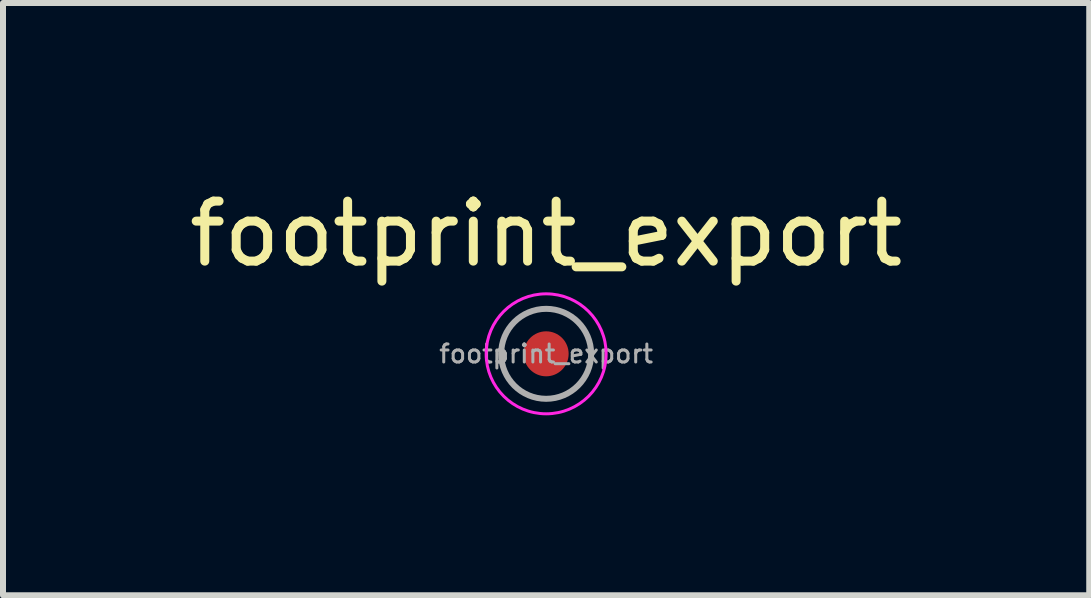
<source format=kicad_pcb>
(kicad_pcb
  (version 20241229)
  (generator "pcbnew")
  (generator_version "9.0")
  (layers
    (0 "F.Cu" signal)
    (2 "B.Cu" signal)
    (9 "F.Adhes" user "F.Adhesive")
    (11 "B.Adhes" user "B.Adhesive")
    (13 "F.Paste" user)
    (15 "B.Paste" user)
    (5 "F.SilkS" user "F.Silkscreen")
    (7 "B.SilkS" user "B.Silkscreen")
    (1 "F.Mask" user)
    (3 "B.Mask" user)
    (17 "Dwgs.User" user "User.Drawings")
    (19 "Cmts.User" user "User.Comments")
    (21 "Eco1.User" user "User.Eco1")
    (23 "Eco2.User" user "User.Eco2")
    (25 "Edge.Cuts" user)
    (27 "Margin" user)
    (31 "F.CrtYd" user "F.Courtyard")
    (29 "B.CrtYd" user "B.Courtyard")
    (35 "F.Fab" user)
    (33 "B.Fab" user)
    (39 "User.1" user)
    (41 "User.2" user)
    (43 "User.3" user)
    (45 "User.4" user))
  (footprint "footprint_export"
    (layer "F.Cu")
    (at 6.054 2.848)
    (property "Reference" "footprint_export" (at 0 -2 0) (layer "F.SilkS") (effects (font (size 1 1) (thickness 0.15))))
    (attr smd)
    (fp_circle (center 0 0) (end 1 0) (stroke (width 0.05) (type solid)) (fill no) (layer "F.CrtYd"))
    (fp_circle (center 0 0) (end 0.75 0) (stroke (width 0.1) (type solid)) (fill no) (layer "F.Fab"))
    (fp_text user "${REFERENCE}" (at 0 0 0) (layer "F.Fab") (effects (font (size 0.3 0.3) (thickness 0.05))))
    (pad "" smd circle (at 0 0) (size 0.75 0.75) (layers "F.Cu" "F.Mask")))
  (gr_rect
    (start -3 -3)
    (end 15.107 6.873)
    (stroke (width 0.1) (type default))
    (fill no)
    (layer "Edge.Cuts")))
</source>
